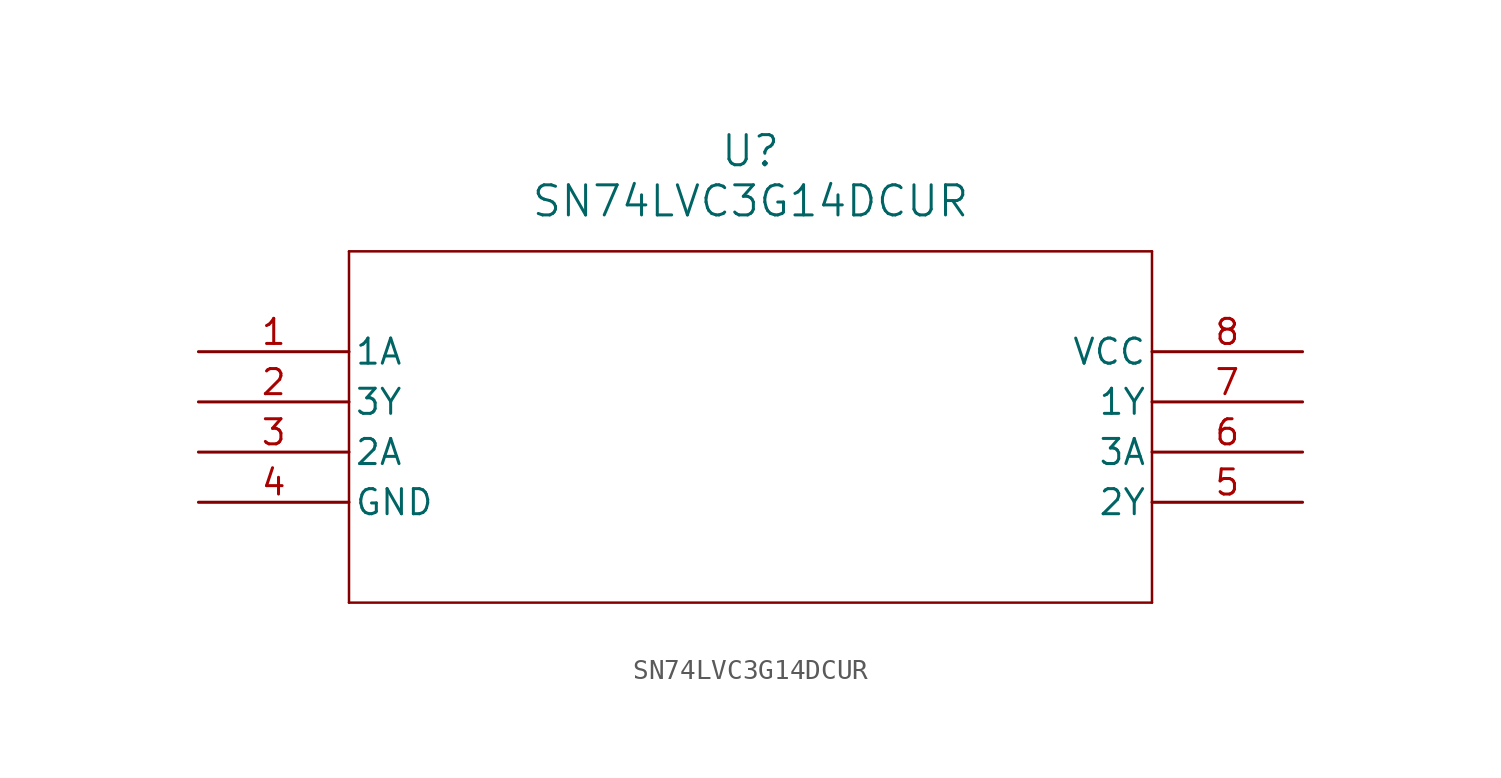
<source format=kicad_sym>
(kicad_symbol_lib
  (version 20211014)
  (generator kicad_symbol_editor)
  (symbol "SN74LVC3G14DCUR"
    (pin_names
      (offset 0.254))
    (property "Reference" "U"
      (at 27.94 10.16 0)
      (effects (font (size 1.524 1.524))))
    (property "Value" "SN74LVC3G14DCUR"
      (at 27.94 7.62 0)
      (effects (font (size 1.524 1.524))))
    (symbol "SN74LVC3G14DCUR_0_1"
      (polyline (pts (xy 7.62 5.08) (xy 7.62 -12.7)) (stroke (width 0.127) (type default) (color 0 0 0 0)) (fill (type none)))
      (polyline (pts (xy 7.62 -12.7) (xy 48.26 -12.7)) (stroke (width 0.127) (type default) (color 0 0 0 0)) (fill (type none)))
      (polyline (pts (xy 48.26 -12.7) (xy 48.26 5.08)) (stroke (width 0.127) (type default) (color 0 0 0 0)) (fill (type none)))
      (polyline (pts (xy 48.26 5.08) (xy 7.62 5.08)) (stroke (width 0.127) (type default) (color 0 0 0 0)) (fill (type none)))
      (pin input line (at 0 0 0) (length 7.62) (name "1A" (effects (font (size 1.27 1.27)))) (number "1" (effects (font (size 1.27 1.27)))))
      (pin output line (at 0 -2.54 0) (length 7.62) (name "3Y" (effects (font (size 1.27 1.27)))) (number "2" (effects (font (size 1.27 1.27)))))
      (pin input line (at 0 -5.08 0) (length 7.62) (name "2A" (effects (font (size 1.27 1.27)))) (number "3" (effects (font (size 1.27 1.27)))))
      (pin power_in line (at 0 -7.62 0) (length 7.62) (name "GND" (effects (font (size 1.27 1.27)))) (number "4" (effects (font (size 1.27 1.27)))))
      (pin output line (at 55.88 -7.62 180) (length 7.62) (name "2Y" (effects (font (size 1.27 1.27)))) (number "5" (effects (font (size 1.27 1.27)))))
      (pin input line (at 55.88 -5.08 180) (length 7.62) (name "3A" (effects (font (size 1.27 1.27)))) (number "6" (effects (font (size 1.27 1.27)))))
      (pin output line (at 55.88 -2.54 180) (length 7.62) (name "1Y" (effects (font (size 1.27 1.27)))) (number "7" (effects (font (size 1.27 1.27)))))
      (pin power_in line (at 55.88 0 180) (length 7.62) (name "VCC" (effects (font (size 1.27 1.27)))) (number "8" (effects (font (size 1.27 1.27))))))))
</source>
